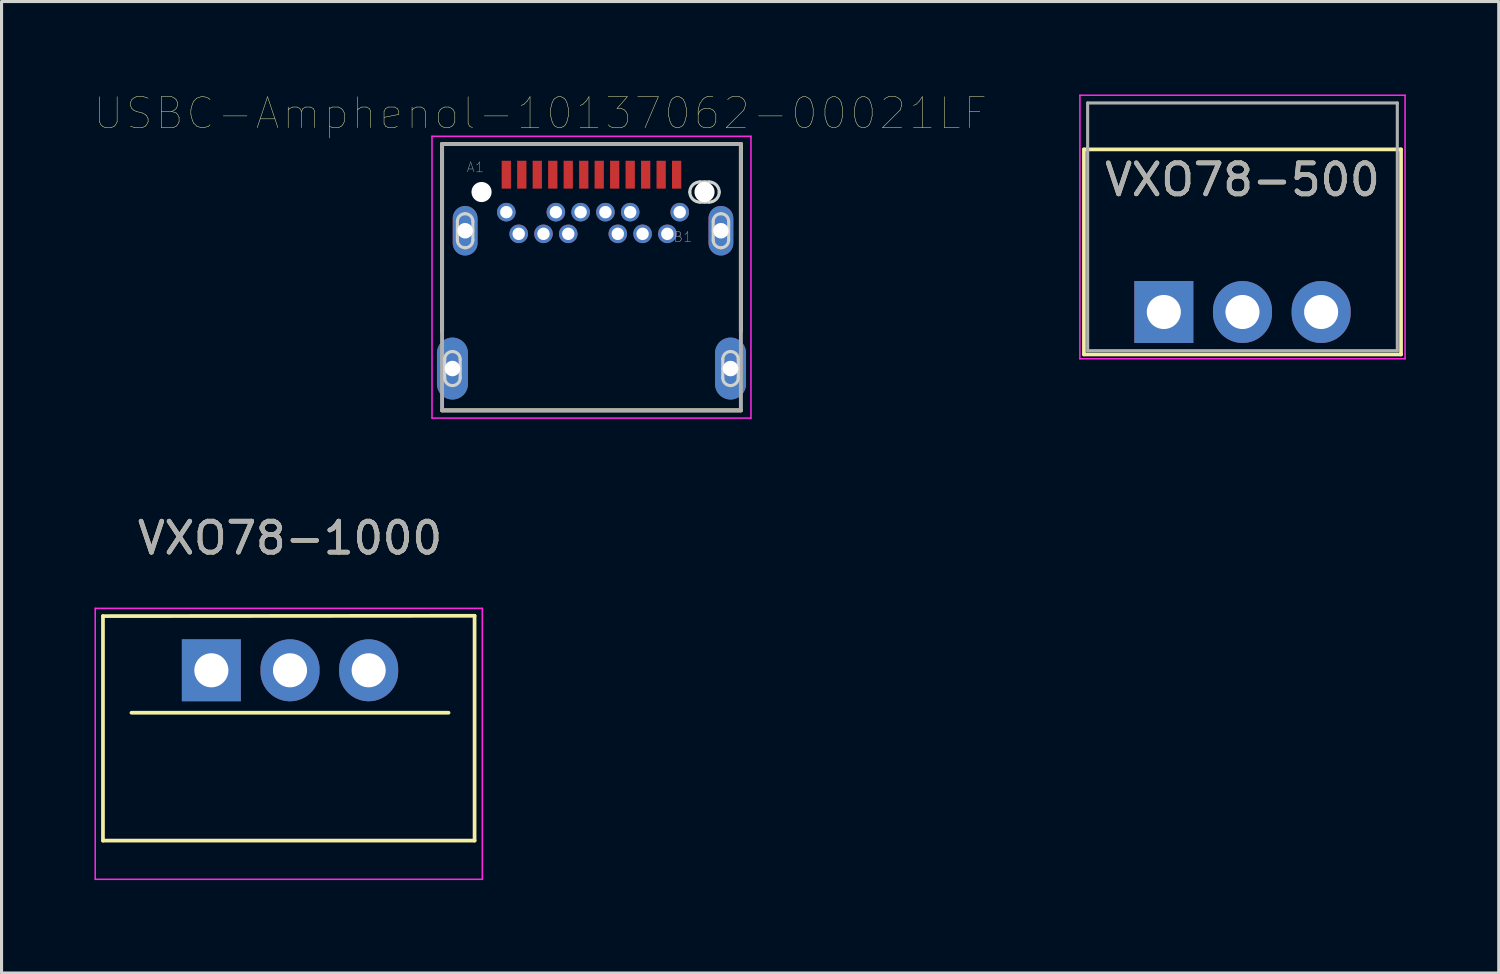
<source format=kicad_pcb>
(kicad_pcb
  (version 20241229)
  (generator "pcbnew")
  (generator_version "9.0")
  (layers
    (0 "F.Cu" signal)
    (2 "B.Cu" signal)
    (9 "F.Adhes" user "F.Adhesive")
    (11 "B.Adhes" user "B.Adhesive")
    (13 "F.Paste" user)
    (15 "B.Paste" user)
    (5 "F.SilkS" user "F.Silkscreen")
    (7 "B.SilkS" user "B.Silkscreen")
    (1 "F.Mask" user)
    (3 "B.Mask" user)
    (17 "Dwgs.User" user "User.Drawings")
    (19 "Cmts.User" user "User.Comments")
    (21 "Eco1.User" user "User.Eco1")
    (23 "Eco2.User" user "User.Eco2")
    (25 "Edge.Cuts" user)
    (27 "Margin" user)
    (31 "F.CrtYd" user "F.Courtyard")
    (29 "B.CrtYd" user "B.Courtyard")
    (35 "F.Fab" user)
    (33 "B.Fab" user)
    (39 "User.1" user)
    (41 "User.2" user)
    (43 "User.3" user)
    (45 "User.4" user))
  (footprint "VXO78-1000"
    (layer "F.Cu")
    (at 3.775 18.595)
    (property "Reference" "VXO78-1000" (at 2.54 -4.27 0) (layer "F.SilkS") (effects (font (size 1 1) (thickness 0.15))))
    (attr through_hole)
    (fp_line (start -3.5 -1.75) (end -3.5 5.5) (stroke (width 0.12) (type solid)) (layer "F.SilkS"))
    (fp_line (start -3.5 -1.75) (end 8.5 -1.76) (stroke (width 0.12) (type solid)) (layer "F.SilkS"))
    (fp_line (start -3.5 5.5) (end 8.5 5.5) (stroke (width 0.12) (type solid)) (layer "F.SilkS"))
    (fp_line (start -2.58 1.371) (end 7.66 1.371) (stroke (width 0.12) (type solid)) (layer "F.SilkS"))
    (fp_line (start 8.5 -1.76) (end 8.5 5.5) (stroke (width 0.12) (type solid)) (layer "F.SilkS"))
    (fp_line (start -3.75 -2) (end -3.75 6.75) (stroke (width 0.05) (type solid)) (layer "F.CrtYd"))
    (fp_line (start -3.75 6.75) (end 8.75 6.75) (stroke (width 0.05) (type solid)) (layer "F.CrtYd"))
    (fp_line (start 8.75 -2) (end -3.75 -2) (stroke (width 0.05) (type solid)) (layer "F.CrtYd"))
    (fp_line (start 8.75 6.75) (end 8.75 -2) (stroke (width 0.05) (type solid)) (layer "F.CrtYd"))
    (fp_text user "${REFERENCE}" (at 2.54 -4.27 0) (layer "F.Fab") (effects (font (size 1 1) (thickness 0.15))))
    (pad "1" thru_hole rect (at 0 0) (size 1.905 2) (drill 1.1) (layers "*.Cu" "*.Mask"))
    (pad "2" thru_hole oval (at 2.54 0) (size 1.905 2) (drill 1.1) (layers "*.Cu" "*.Mask"))
    (pad "3" thru_hole oval (at 5.08 0) (size 1.905 2) (drill 1.1) (layers "*.Cu" "*.Mask")))
  (footprint "USBC-Amphenol-10137062-00021LF"
    (layer "F.Cu")
    (at 16.05 3.151)
    (property "Reference" "USBC-Amphenol-10137062-00021LF" (at -1.651 -2.54 0) (layer "F.SilkS") (effects (font (size 1 1) (thickness 0.015))))
    (attr through_hole)
    (fp_line (start -4.825 -1.55) (end -4.825 4.5) (stroke (width 0.127) (type solid)) (layer "F.SilkS"))
    (fp_line (start -4.825 -1.55) (end 4.825 -1.55) (stroke (width 0.127) (type solid)) (layer "F.SilkS"))
    (fp_line (start 4.825 -1.55) (end 4.825 4.5) (stroke (width 0.127) (type solid)) (layer "F.SilkS"))
    (fp_line (start 4.825 7.05) (end -4.825 7.05) (stroke (width 0.127) (type solid)) (layer "F.SilkS"))
    (fp_line (start -4.74 5.7) (end -4.74 5.4) (stroke (width 0.1) (type solid)) (layer "Edge.Cuts"))
    (fp_line (start -4.74 6) (end -4.74 5.7) (stroke (width 0.1) (type solid)) (layer "Edge.Cuts"))
    (fp_line (start -4.33 1.25) (end -4.33 0.95) (stroke (width 0.1) (type solid)) (layer "Edge.Cuts"))
    (fp_line (start -4.33 1.55) (end -4.33 1.25) (stroke (width 0.1) (type solid)) (layer "Edge.Cuts"))
    (fp_line (start -4.24 5.4) (end -4.24 5.7) (stroke (width 0.1) (type solid)) (layer "Edge.Cuts"))
    (fp_line (start -4.24 5.7) (end -4.24 6) (stroke (width 0.1) (type solid)) (layer "Edge.Cuts"))
    (fp_line (start -3.83 0.95) (end -3.83 1.25) (stroke (width 0.1) (type solid)) (layer "Edge.Cuts"))
    (fp_line (start -3.83 1.25) (end -3.83 1.55) (stroke (width 0.1) (type solid)) (layer "Edge.Cuts"))
    (fp_line (start 3.5 -0.325) (end 3.65 -0.325) (stroke (width 0.1) (type solid)) (layer "Edge.Cuts"))
    (fp_line (start 3.65 -0.325) (end 3.8 -0.325) (stroke (width 0.1) (type solid)) (layer "Edge.Cuts"))
    (fp_line (start 3.65 0.325) (end 3.5 0.325) (stroke (width 0.1) (type solid)) (layer "Edge.Cuts"))
    (fp_line (start 3.8 0.325) (end 3.65 0.325) (stroke (width 0.1) (type solid)) (layer "Edge.Cuts"))
    (fp_line (start 3.93 1.25) (end 3.93 0.95) (stroke (width 0.1) (type solid)) (layer "Edge.Cuts"))
    (fp_line (start 3.93 1.55) (end 3.93 1.25) (stroke (width 0.1) (type solid)) (layer "Edge.Cuts"))
    (fp_line (start 4.24 5.7) (end 4.24 5.4) (stroke (width 0.1) (type solid)) (layer "Edge.Cuts"))
    (fp_line (start 4.24 6) (end 4.24 5.7) (stroke (width 0.1) (type solid)) (layer "Edge.Cuts"))
    (fp_line (start 4.43 0.95) (end 4.43 1.25) (stroke (width 0.1) (type solid)) (layer "Edge.Cuts"))
    (fp_line (start 4.43 1.25) (end 4.43 1.55) (stroke (width 0.1) (type solid)) (layer "Edge.Cuts"))
    (fp_line (start 4.74 5.4) (end 4.74 5.7) (stroke (width 0.1) (type solid)) (layer "Edge.Cuts"))
    (fp_line (start 4.74 5.7) (end 4.74 6) (stroke (width 0.1) (type solid)) (layer "Edge.Cuts"))
    (fp_arc (start -4.74 5.4) (mid -4.666777 5.223223) (end -4.49 5.15) (stroke (width 0.1) (type solid)) (layer "Edge.Cuts"))
    (fp_arc (start -4.49 5.15) (mid -4.313223 5.223223) (end -4.24 5.4) (stroke (width 0.1) (type solid)) (layer "Edge.Cuts"))
    (fp_arc (start -4.49 6.25) (mid -4.666777 6.176777) (end -4.74 6) (stroke (width 0.1) (type solid)) (layer "Edge.Cuts"))
    (fp_arc (start -4.33 0.95) (mid -4.256777 0.773223) (end -4.08 0.7) (stroke (width 0.1) (type solid)) (layer "Edge.Cuts"))
    (fp_arc (start -4.24 6) (mid -4.313223 6.176777) (end -4.49 6.25) (stroke (width 0.1) (type solid)) (layer "Edge.Cuts"))
    (fp_arc (start -4.08 0.7) (mid -3.903223 0.773223) (end -3.83 0.95) (stroke (width 0.1) (type solid)) (layer "Edge.Cuts"))
    (fp_arc (start -4.08 1.8) (mid -4.256777 1.726777) (end -4.33 1.55) (stroke (width 0.1) (type solid)) (layer "Edge.Cuts"))
    (fp_arc (start -3.83 1.55) (mid -3.903223 1.726777) (end -4.08 1.8) (stroke (width 0.1) (type solid)) (layer "Edge.Cuts"))
    (fp_arc (start 3.175 0) (mid 3.27019 -0.22981) (end 3.5 -0.325) (stroke (width 0.1) (type solid)) (layer "Edge.Cuts"))
    (fp_arc (start 3.5 0.325) (mid 3.27019 0.22981) (end 3.175 0) (stroke (width 0.1) (type solid)) (layer "Edge.Cuts"))
    (fp_arc (start 3.8 -0.325) (mid 4.02981 -0.22981) (end 4.125 0) (stroke (width 0.1) (type solid)) (layer "Edge.Cuts"))
    (fp_arc (start 3.93 0.95) (mid 4.003223 0.773223) (end 4.18 0.7) (stroke (width 0.1) (type solid)) (layer "Edge.Cuts"))
    (fp_arc (start 4.125 0) (mid 4.02981 0.22981) (end 3.8 0.325) (stroke (width 0.1) (type solid)) (layer "Edge.Cuts"))
    (fp_arc (start 4.18 0.7) (mid 4.356777 0.773223) (end 4.43 0.95) (stroke (width 0.1) (type solid)) (layer "Edge.Cuts"))
    (fp_arc (start 4.18 1.8) (mid 4.003223 1.726777) (end 3.93 1.55) (stroke (width 0.1) (type solid)) (layer "Edge.Cuts"))
    (fp_arc (start 4.24 5.4) (mid 4.313223 5.223223) (end 4.49 5.15) (stroke (width 0.1) (type solid)) (layer "Edge.Cuts"))
    (fp_arc (start 4.43 1.55) (mid 4.356777 1.726777) (end 4.18 1.8) (stroke (width 0.1) (type solid)) (layer "Edge.Cuts"))
    (fp_arc (start 4.49 5.15) (mid 4.666777 5.223223) (end 4.74 5.4) (stroke (width 0.1) (type solid)) (layer "Edge.Cuts"))
    (fp_arc (start 4.49 6.25) (mid 4.313223 6.176777) (end 4.24 6) (stroke (width 0.1) (type solid)) (layer "Edge.Cuts"))
    (fp_arc (start 4.74 6) (mid 4.666777 6.176777) (end 4.49 6.25) (stroke (width 0.1) (type solid)) (layer "Edge.Cuts"))
    (fp_line (start -5.15 -1.8) (end 5.15 -1.8) (stroke (width 0.05) (type solid)) (layer "F.CrtYd"))
    (fp_line (start -5.15 7.3) (end -5.15 -1.8) (stroke (width 0.05) (type solid)) (layer "F.CrtYd"))
    (fp_line (start 5.15 -1.8) (end 5.15 7.3) (stroke (width 0.05) (type solid)) (layer "F.CrtYd"))
    (fp_line (start 5.15 7.3) (end -5.15 7.3) (stroke (width 0.05) (type solid)) (layer "F.CrtYd"))
    (fp_line (start -4.825 -1.55) (end 4.825 -1.55) (stroke (width 0.127) (type solid)) (layer "F.Fab"))
    (fp_line (start -4.825 7.05) (end -4.825 -1.55) (stroke (width 0.127) (type solid)) (layer "F.Fab"))
    (fp_line (start 4.825 -1.55) (end 4.825 7.05) (stroke (width 0.127) (type solid)) (layer "F.Fab"))
    (fp_line (start 4.825 7.05) (end -4.825 7.05) (stroke (width 0.127) (type solid)) (layer "F.Fab"))
    (fp_text user "A1" (at -3.75 -0.8 0) (layer "F.Fab") (effects (font (size 0.32 0.32) (thickness 0.015))))
    (fp_text user "B1" (at 2.95 1.45 0) (layer "F.Fab") (effects (font (size 0.32 0.32) (thickness 0.015))))
    (pad "" np_thru_hole circle (at -3.55 0) (size 0.65 0.65) (drill 0.65) (layers "*.Cu" "*.Mask"))
    (pad "" np_thru_hole circle (at 3.65 0) (size 0.65 0.65) (drill 0.65) (layers "*.Cu" "*.Mask"))
    (pad "A1" smd rect (at -2.75 -0.56) (size 0.3 0.9) (layers "F.Cu" "F.Mask" "F.Paste"))
    (pad "A2" smd rect (at -2.25 -0.56) (size 0.3 0.9) (layers "F.Cu" "F.Mask" "F.Paste"))
    (pad "A3" smd rect (at -1.75 -0.56) (size 0.3 0.9) (layers "F.Cu" "F.Mask" "F.Paste"))
    (pad "A4" smd rect (at -1.25 -0.56) (size 0.3 0.9) (layers "F.Cu" "F.Mask" "F.Paste"))
    (pad "A5" smd rect (at -0.75 -0.56) (size 0.3 0.9) (layers "F.Cu" "F.Mask" "F.Paste"))
    (pad "A6" smd rect (at -0.25 -0.56) (size 0.3 0.9) (layers "F.Cu" "F.Mask" "F.Paste"))
    (pad "A7" smd rect (at 0.25 -0.56) (size 0.3 0.9) (layers "F.Cu" "F.Mask" "F.Paste"))
    (pad "A8" smd rect (at 0.75 -0.56) (size 0.3 0.9) (layers "F.Cu" "F.Mask" "F.Paste"))
    (pad "A9" smd rect (at 1.25 -0.56) (size 0.3 0.9) (layers "F.Cu" "F.Mask" "F.Paste"))
    (pad "A10" smd rect (at 1.75 -0.56) (size 0.3 0.9) (layers "F.Cu" "F.Mask" "F.Paste"))
    (pad "A11" smd rect (at 2.25 -0.56) (size 0.3 0.9) (layers "F.Cu" "F.Mask" "F.Paste"))
    (pad "A12" smd rect (at 2.75 -0.56) (size 0.3 0.9) (layers "F.Cu" "F.Mask" "F.Paste"))
    (pad "B1" thru_hole circle (at 2.85 0.65) (size 0.6 0.6) (drill 0.4) (layers "*.Cu" "*.Mask"))
    (pad "B2" thru_hole circle (at 2.45 1.35) (size 0.6 0.6) (drill 0.4) (layers "*.Cu" "*.Mask"))
    (pad "B3" thru_hole circle (at 1.65 1.35) (size 0.6 0.6) (drill 0.4) (layers "*.Cu" "*.Mask"))
    (pad "B4" thru_hole circle (at 1.25 0.65) (size 0.6 0.6) (drill 0.4) (layers "*.Cu" "*.Mask"))
    (pad "B5" thru_hole circle (at 0.85 1.35) (size 0.6 0.6) (drill 0.4) (layers "*.Cu" "*.Mask"))
    (pad "B6" thru_hole circle (at 0.45 0.65) (size 0.6 0.6) (drill 0.4) (layers "*.Cu" "*.Mask"))
    (pad "B7" thru_hole circle (at -0.35 0.65) (size 0.6 0.6) (drill 0.4) (layers "*.Cu" "*.Mask"))
    (pad "B8" thru_hole circle (at -0.75 1.35) (size 0.6 0.6) (drill 0.4) (layers "*.Cu" "*.Mask"))
    (pad "B9" thru_hole circle (at -1.15 0.65) (size 0.6 0.6) (drill 0.4) (layers "*.Cu" "*.Mask"))
    (pad "B10" thru_hole circle (at -1.55 1.35) (size 0.6 0.6) (drill 0.4) (layers "*.Cu" "*.Mask"))
    (pad "B11" thru_hole circle (at -2.35 1.35) (size 0.6 0.6) (drill 0.4) (layers "*.Cu" "*.Mask"))
    (pad "B12" thru_hole circle (at -2.75 0.65) (size 0.6 0.6) (drill 0.4) (layers "*.Cu" "*.Mask"))
    (pad "S1" thru_hole oval (at -4.08 1.25) (size 0.8 1.6) (drill 0.5) (layers "*.Cu" "*.Mask"))
    (pad "S2" thru_hole oval (at 4.18 1.25) (size 0.8 1.6) (drill 0.5) (layers "*.Cu" "*.Mask"))
    (pad "S3" thru_hole oval (at -4.49 5.7) (size 1 2) (drill 0.5) (layers "*.Cu" "*.Mask"))
    (pad "S4" thru_hole oval (at 4.49 5.7) (size 1 2) (drill 0.5) (layers "*.Cu" "*.Mask")))
  (footprint "VXO78-500"
    (layer "F.Cu")
    (at 34.532 7.025)
    (property "Reference" "VXO78-500" (at 2.54 -4.27 0) (layer "F.SilkS") (effects (font (size 1 1) (thickness 0.15))))
    (attr through_hole)
    (fp_line (start -2.58 -5.25) (end -2.58 1.371) (stroke (width 0.12) (type solid)) (layer "F.SilkS"))
    (fp_line (start -2.58 -5.25) (end 7.66 -5.25) (stroke (width 0.12) (type solid)) (layer "F.SilkS"))
    (fp_line (start -2.58 1.371) (end 7.66 1.371) (stroke (width 0.12) (type solid)) (layer "F.SilkS"))
    (fp_line (start 7.66 -5.25) (end 7.66 1.371) (stroke (width 0.12) (type solid)) (layer "F.SilkS"))
    (fp_line (start -2.71 -7) (end -2.71 1.51) (stroke (width 0.05) (type solid)) (layer "F.CrtYd"))
    (fp_line (start -2.71 1.51) (end 7.79 1.51) (stroke (width 0.05) (type solid)) (layer "F.CrtYd"))
    (fp_line (start 7.79 -7) (end -2.71 -7) (stroke (width 0.05) (type solid)) (layer "F.CrtYd"))
    (fp_line (start 7.79 1.51) (end 7.79 -7) (stroke (width 0.05) (type solid)) (layer "F.CrtYd"))
    (fp_line (start -2.46 -6.75) (end -2.46 1.25) (stroke (width 0.1) (type solid)) (layer "F.Fab"))
    (fp_line (start -2.46 1.25) (end 7.54 1.25) (stroke (width 0.1) (type solid)) (layer "F.Fab"))
    (fp_line (start 7.54 -6.75) (end -2.46 -6.75) (stroke (width 0.1) (type solid)) (layer "F.Fab"))
    (fp_line (start 7.54 1.25) (end 7.54 -6.75) (stroke (width 0.1) (type solid)) (layer "F.Fab"))
    (fp_text user "${REFERENCE}" (at 2.54 -4.27 0) (layer "F.Fab") (effects (font (size 1 1) (thickness 0.15))))
    (pad "1" thru_hole rect (at 0 0) (size 1.905 2) (drill 1.1) (layers "*.Cu" "*.Mask"))
    (pad "2" thru_hole oval (at 2.54 0) (size 1.905 2) (drill 1.1) (layers "*.Cu" "*.Mask"))
    (pad "3" thru_hole oval (at 5.08 0) (size 1.905 2) (drill 1.1) (layers "*.Cu" "*.Mask")))
  (gr_rect
    (start -3 -3)
    (end 45.347 28.37)
    (stroke (width 0.1) (type default))
    (fill no)
    (layer "Edge.Cuts")))
</source>
